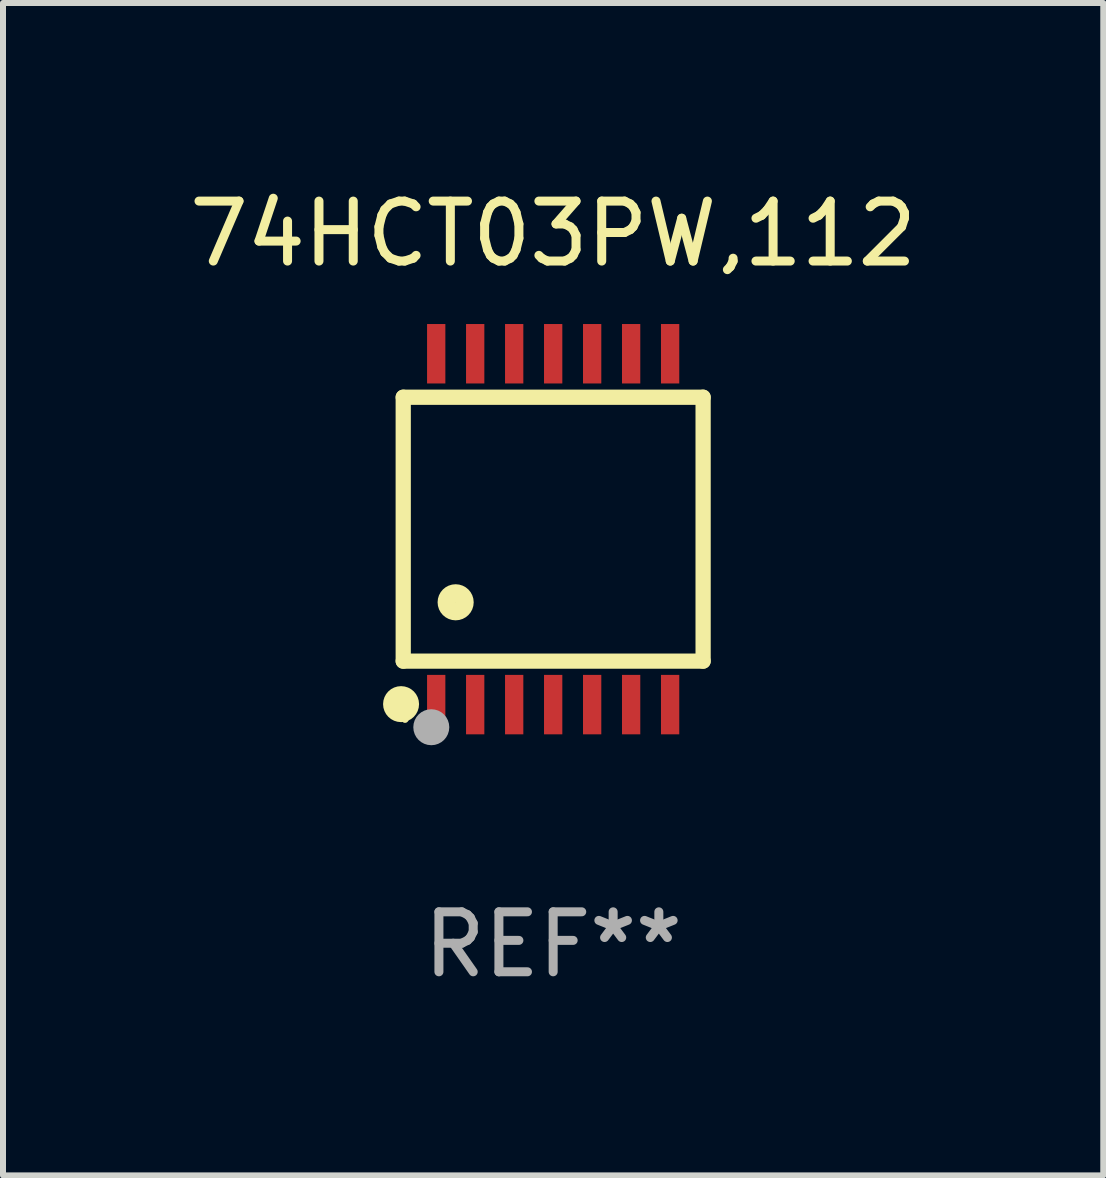
<source format=kicad_pcb>
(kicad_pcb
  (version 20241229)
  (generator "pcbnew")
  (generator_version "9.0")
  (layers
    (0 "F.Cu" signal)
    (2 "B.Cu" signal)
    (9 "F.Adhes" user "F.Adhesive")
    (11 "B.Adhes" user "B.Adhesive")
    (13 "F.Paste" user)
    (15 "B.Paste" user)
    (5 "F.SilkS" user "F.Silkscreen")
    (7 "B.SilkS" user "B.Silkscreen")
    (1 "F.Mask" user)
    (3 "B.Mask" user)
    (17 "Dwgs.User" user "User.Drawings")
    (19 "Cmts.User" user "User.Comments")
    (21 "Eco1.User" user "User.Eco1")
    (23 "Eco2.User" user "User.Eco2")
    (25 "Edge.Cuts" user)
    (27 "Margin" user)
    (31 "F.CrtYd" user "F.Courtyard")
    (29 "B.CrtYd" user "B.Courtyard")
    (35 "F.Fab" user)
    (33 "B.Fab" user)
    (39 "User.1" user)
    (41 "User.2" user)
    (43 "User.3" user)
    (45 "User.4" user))
  (footprint "74HCT03PW,112"
    (layer "F.Cu")
    (at 6.173 5.773)
    (property "Reference" "74HCT03PW,112" (at 0 -4.925 0) (layer "F.SilkS") (effects (font (size 1 1) (thickness 0.15))))
    (attr through_hole)
    (fp_line (start -2.5 2.2) (end -2.5 -2.2) (stroke (width 0.254) (type solid)) (layer "F.SilkS"))
    (fp_line (start -2.5 2.2) (end 2.5 2.2) (stroke (width 0.254) (type solid)) (layer "F.SilkS"))
    (fp_line (start 2.5 -2.2) (end -2.5 -2.2) (stroke (width 0.254) (type solid)) (layer "F.SilkS"))
    (fp_line (start 2.5 -2.2) (end 2.5 2.2) (stroke (width 0.254) (type solid)) (layer "F.SilkS"))
    (fp_circle (center -2.536 2.917) (end -2.386 2.917) (stroke (width 0.3) (type solid)) (fill no) (layer "F.SilkS"))
    (fp_circle (center -2.47 3.17) (end -2.44 3.17) (stroke (width 0.06) (type solid)) (fill no) (layer "F.SilkS"))
    (fp_circle (center -1.626 1.219) (end -1.475 1.219) (stroke (width 0.3) (type solid)) (fill no) (layer "F.SilkS"))
    (fp_circle (center -2.032 3.302) (end -1.882 3.302) (stroke (width 0.3) (type solid)) (fill no) (layer "F.Fab"))
    (fp_text user "REF**" (at 0 6.925 0) (layer "F.Fab") (effects (font (size 1 1) (thickness 0.15))))
    (pad "1" smd rect (at -1.95 2.925) (size 0.305 0.991) (layers "F.Cu" "F.Mask" "F.Paste"))
    (pad "2" smd rect (at -1.3 2.925) (size 0.305 0.991) (layers "F.Cu" "F.Mask" "F.Paste"))
    (pad "3" smd rect (at -0.65 2.925) (size 0.305 0.991) (layers "F.Cu" "F.Mask" "F.Paste"))
    (pad "4" smd rect (at 0 2.925) (size 0.305 0.991) (layers "F.Cu" "F.Mask" "F.Paste"))
    (pad "5" smd rect (at 0.65 2.925) (size 0.305 0.991) (layers "F.Cu" "F.Mask" "F.Paste"))
    (pad "6" smd rect (at 1.3 2.925) (size 0.305 0.991) (layers "F.Cu" "F.Mask" "F.Paste"))
    (pad "7" smd rect (at 1.95 2.925) (size 0.305 0.991) (layers "F.Cu" "F.Mask" "F.Paste"))
    (pad "8" smd rect (at 1.95 -2.925) (size 0.305 0.991) (layers "F.Cu" "F.Mask" "F.Paste"))
    (pad "9" smd rect (at 1.3 -2.925) (size 0.305 0.991) (layers "F.Cu" "F.Mask" "F.Paste"))
    (pad "10" smd rect (at 0.65 -2.925) (size 0.305 0.991) (layers "F.Cu" "F.Mask" "F.Paste"))
    (pad "11" smd rect (at 0 -2.925) (size 0.305 0.991) (layers "F.Cu" "F.Mask" "F.Paste"))
    (pad "12" smd rect (at -0.65 -2.925) (size 0.305 0.991) (layers "F.Cu" "F.Mask" "F.Paste"))
    (pad "13" smd rect (at -1.3 -2.925) (size 0.305 0.991) (layers "F.Cu" "F.Mask" "F.Paste"))
    (pad "14" smd rect (at -1.95 -2.925) (size 0.305 0.991) (layers "F.Cu" "F.Mask" "F.Paste")))
  (gr_rect
    (start -3 -3)
    (end 15.345 16.547)
    (stroke (width 0.1) (type default))
    (fill no)
    (layer "Edge.Cuts")))
</source>
